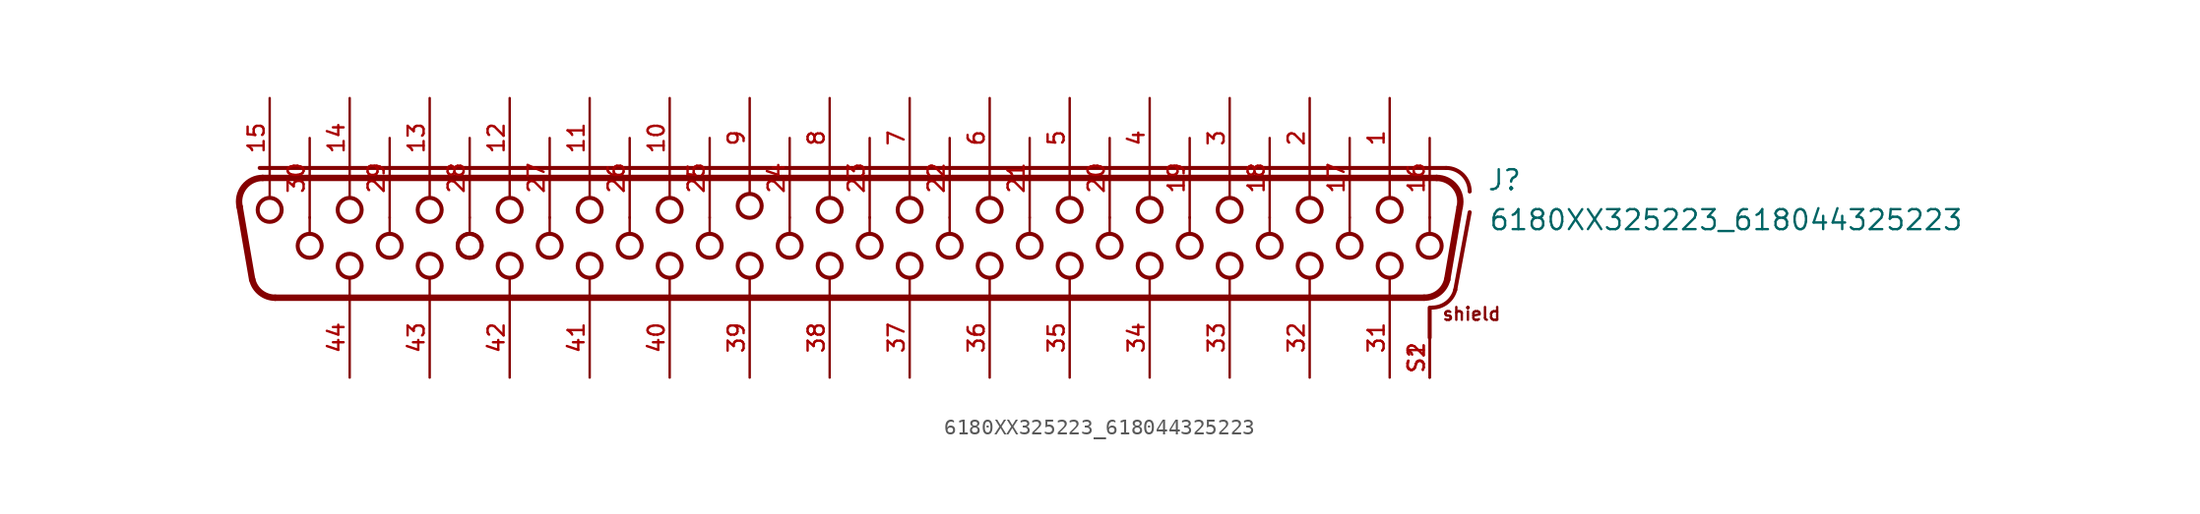
<source format=kicad_sym>
(kicad_symbol_lib
  (version 20211014)
  (generator kicad_symbol_editor)
  (symbol "6180XX325223_618044325223"
    (pin_names
      (offset 1.016))
    (property "Reference" "J"
      (at 41.72 1.66 0)
      (effects (font (size 1.27 1.27)) (justify bottom left)))
    (property "Value" "6180XX325223_618044325223"
      (at 41.82 -0.88 0)
      (effects (font (size 1.27 1.27)) (justify bottom left)))
    (symbol "6180XX325223_618044325223_0_0"
      (polyline (pts (xy -36.004 2.54) (xy 38.544 2.54)) (stroke (width 0.406)))
      (arc (start 40.0042125 0.695165625) (mid 39.7183 1.9738) (end 38.5443875 2.54) (stroke (width 0.4064) (type default) (color 0 0 0 0)) (fill (type none)))
      (polyline (pts (xy 40.004 0.695) (xy 39.213 -3.925)) (stroke (width 0.406)))
      (arc (start 37.75305 -5.08) (mid 38.6808 -4.7586) (end 39.212871875 -3.92484375) (stroke (width 0.4064) (type default) (color 0 0 0 0)) (fill (type none)))
      (polyline (pts (xy 37.753 -5.08) (xy -35.213 -5.08)) (stroke (width 0.406)))
      (arc (start -37.4642125 0.695165625) (mid -37.1783 1.9738) (end -36.0043875 2.54) (stroke (width 0.4064) (type default) (color 0 0 0 0)) (fill (type none)))
      (arc (start -36.672871875 -3.92484375) (mid -36.1468 -4.7539) (end -35.21305 -5.08) (stroke (width 0.4064) (type default) (color 0 0 0 0)) (fill (type none)))
      (polyline (pts (xy -36.673 -3.925) (xy -37.464 0.695)) (stroke (width 0.406)))
      (polyline (pts (xy -36.195 3.175) (xy 39.14 3.175)) (stroke (width 0.254)))
      (arc (start 40.64 1.675) (mid 40.2007 2.7357) (end 39.14 3.175) (stroke (width 0.254) (type default) (color 0 0 0 0)) (fill (type none)))
      (polyline (pts (xy 38.1 -5.715) (xy 38.1 -7.62)) (stroke (width 0.254)))
      (polyline (pts (xy 38.14 -5.71) (xy 38.269 -5.71)) (stroke (width 0.254)))
      (arc (start 39.72405 -4.5738) (mid 39.1923 -5.392) (end 38.268834375 -5.71) (stroke (width 0.254) (type default) (color 0 0 0 0)) (fill (type none)))
      (polyline (pts (xy 39.724 -4.574) (xy 40.64 0.36)) (stroke (width 0.254)))
      (polyline (pts (xy -35.56 2.58) (xy -35.56 1.3)) (stroke (width 0.152)))
      (polyline (pts (xy -2.54 0.04) (xy -2.54 -1.04)) (stroke (width 0.152)))
      (polyline (pts (xy 0.0 2.58) (xy 0.0 1.3)) (stroke (width 0.152)))
      (polyline (pts (xy 5.08 2.58) (xy 5.08 1.3)) (stroke (width 0.152)))
      (polyline (pts (xy 10.16 2.58) (xy 10.16 1.3)) (stroke (width 0.152)))
      (polyline (pts (xy 15.24 2.58) (xy 15.24 1.3)) (stroke (width 0.152)))
      (polyline (pts (xy 20.32 2.58) (xy 20.32 1.3)) (stroke (width 0.152)))
      (polyline (pts (xy 25.4 2.58) (xy 25.4 1.3)) (stroke (width 0.152)))
      (polyline (pts (xy 30.48 2.58) (xy 30.48 1.3)) (stroke (width 0.152)))
      (polyline (pts (xy 35.56 2.58) (xy 35.56 1.3)) (stroke (width 0.152)))
      (polyline (pts (xy 35.56 -5.12) (xy 35.56 -3.84)) (stroke (width 0.152)))
      (polyline (pts (xy 30.48 -5.12) (xy 30.48 -3.84)) (stroke (width 0.152)))
      (polyline (pts (xy 25.4 -5.12) (xy 25.4 -3.84)) (stroke (width 0.152)))
      (polyline (pts (xy 20.32 -5.12) (xy 20.32 -3.84)) (stroke (width 0.152)))
      (polyline (pts (xy 15.24 -5.12) (xy 15.24 -3.84)) (stroke (width 0.152)))
      (polyline (pts (xy 10.16 -5.12) (xy 10.16 -3.84)) (stroke (width 0.152)))
      (polyline (pts (xy 5.08 -5.12) (xy 5.08 -3.84)) (stroke (width 0.152)))
      (polyline (pts (xy 0.0 -5.12) (xy 0.0 -3.84)) (stroke (width 0.152)))
      (polyline (pts (xy 2.54 0.04) (xy 2.54 -1.04)) (stroke (width 0.152)))
      (polyline (pts (xy 7.62 0.04) (xy 7.62 -1.04)) (stroke (width 0.152)))
      (polyline (pts (xy 12.7 0.04) (xy 12.7 -1.04)) (stroke (width 0.152)))
      (polyline (pts (xy 17.78 0.04) (xy 17.78 -1.04)) (stroke (width 0.152)))
      (polyline (pts (xy 22.86 0.04) (xy 22.86 -1.04)) (stroke (width 0.152)))
      (polyline (pts (xy 27.94 0.04) (xy 27.94 -1.04)) (stroke (width 0.152)))
      (polyline (pts (xy 33.02 0.04) (xy 33.02 -1.04)) (stroke (width 0.152)))
      (polyline (pts (xy 38.1 0.04) (xy 38.1 -1.04)) (stroke (width 0.152)))
      (polyline (pts (xy -20.32 2.58) (xy -20.32 1.3)) (stroke (width 0.152)))
      (polyline (pts (xy -15.24 2.58) (xy -15.24 1.3)) (stroke (width 0.152)))
      (polyline (pts (xy -10.16 2.58) (xy -10.16 1.3)) (stroke (width 0.152)))
      (polyline (pts (xy -10.16 -5.12) (xy -10.16 -3.84)) (stroke (width 0.152)))
      (polyline (pts (xy -15.24 -5.12) (xy -15.24 -3.84)) (stroke (width 0.152)))
      (polyline (pts (xy -20.32 -5.12) (xy -20.32 -3.84)) (stroke (width 0.152)))
      (polyline (pts (xy -17.78 0.04) (xy -17.78 -1.04)) (stroke (width 0.152)))
      (polyline (pts (xy -12.7 0.04) (xy -12.7 -1.04)) (stroke (width 0.152)))
      (polyline (pts (xy -7.62 0.04) (xy -7.62 -1.04)) (stroke (width 0.152)))
      (polyline (pts (xy -5.08 2.58) (xy -5.08 1.5)) (stroke (width 0.152)))
      (polyline (pts (xy -33.02 0.04) (xy -33.02 -1.04)) (stroke (width 0.152)))
      (polyline (pts (xy -30.48 2.58) (xy -30.48 1.3)) (stroke (width 0.152)))
      (polyline (pts (xy -25.4 2.58) (xy -25.4 1.3)) (stroke (width 0.152)))
      (polyline (pts (xy -25.4 -5.12) (xy -25.4 -3.84)) (stroke (width 0.152)))
      (polyline (pts (xy -30.48 -5.12) (xy -30.48 -3.84)) (stroke (width 0.152)))
      (polyline (pts (xy -27.94 0.04) (xy -27.94 -1.04)) (stroke (width 0.152)))
      (polyline (pts (xy -22.86 0.04) (xy -22.86 -1.04)) (stroke (width 0.152)))
      (polyline (pts (xy -5.08 -5.12) (xy -5.08 -3.84)) (stroke (width 0.152)))
      (text "shield" (at 38.84 -6.59 0) (effects (font (size 0.813 0.813)) (justify bottom left)))
      (circle (center 35.56 0.508) (radius 0.762) (stroke (width 0.254)) (fill (type none)))
      (circle (center 30.48 0.508) (radius 0.762) (stroke (width 0.254)) (fill (type none)))
      (circle (center 25.4 0.508) (radius 0.762) (stroke (width 0.254)) (fill (type none)))
      (circle (center 0.0 0.508) (radius 0.762) (stroke (width 0.254)) (fill (type none)))
      (circle (center 38.1 -1.778) (radius 0.762) (stroke (width 0.254)) (fill (type none)))
      (circle (center 33.02 -1.778) (radius 0.762) (stroke (width 0.254)) (fill (type none)))
      (circle (center 27.94 -1.778) (radius 0.762) (stroke (width 0.254)) (fill (type none)))
      (circle (center 22.86 -1.778) (radius 0.762) (stroke (width 0.254)) (fill (type none)))
      (circle (center 5.08 0.508) (radius 0.762) (stroke (width 0.254)) (fill (type none)))
      (circle (center 10.16 0.508) (radius 0.762) (stroke (width 0.254)) (fill (type none)))
      (circle (center 15.24 0.508) (radius 0.762) (stroke (width 0.254)) (fill (type none)))
      (circle (center 20.32 0.508) (radius 0.762) (stroke (width 0.254)) (fill (type none)))
      (circle (center 17.78 -1.778) (radius 0.762) (stroke (width 0.254)) (fill (type none)))
      (circle (center 12.7 -1.778) (radius 0.762) (stroke (width 0.254)) (fill (type none)))
      (circle (center 7.62 -1.778) (radius 0.762) (stroke (width 0.254)) (fill (type none)))
      (circle (center 2.54 -1.778) (radius 0.762) (stroke (width 0.254)) (fill (type none)))
      (circle (center -2.54 -1.778) (radius 0.762) (stroke (width 0.254)) (fill (type none)))
      (circle (center 0.0 -3.048) (radius 0.762) (stroke (width 0.254)) (fill (type none)))
      (circle (center 5.08 -3.048) (radius 0.762) (stroke (width 0.254)) (fill (type none)))
      (circle (center 10.16 -3.048) (radius 0.762) (stroke (width 0.254)) (fill (type none)))
      (circle (center 15.24 -3.048) (radius 0.762) (stroke (width 0.254)) (fill (type none)))
      (circle (center 35.56 -3.048) (radius 0.762) (stroke (width 0.254)) (fill (type none)))
      (circle (center 30.48 -3.048) (radius 0.762) (stroke (width 0.254)) (fill (type none)))
      (circle (center 20.32 -3.048) (radius 0.762) (stroke (width 0.254)) (fill (type none)))
      (circle (center -35.56 0.508) (radius 0.762) (stroke (width 0.254)) (fill (type none)))
      (circle (center 25.4 -3.048) (radius 0.762) (stroke (width 0.254)) (fill (type none)))
      (circle (center -20.32 0.508) (radius 0.762) (stroke (width 0.254)) (fill (type none)))
      (circle (center -15.24 0.508) (radius 0.762) (stroke (width 0.254)) (fill (type none)))
      (circle (center -10.16 0.508) (radius 0.762) (stroke (width 0.254)) (fill (type none)))
      (circle (center -7.62 -1.778) (radius 0.762) (stroke (width 0.254)) (fill (type none)))
      (circle (center -12.7 -1.778) (radius 0.762) (stroke (width 0.254)) (fill (type none)))
      (circle (center -17.78 -1.778) (radius 0.762) (stroke (width 0.254)) (fill (type none)))
      (circle (center -22.86 -1.778) (radius 0.762) (stroke (width 0.254)) (fill (type none)))
      (circle (center -20.32 -3.048) (radius 0.762) (stroke (width 0.254)) (fill (type none)))
      (circle (center -15.24 -3.048) (radius 0.762) (stroke (width 0.254)) (fill (type none)))
      (circle (center -10.16 -3.048) (radius 0.762) (stroke (width 0.254)) (fill (type none)))
      (circle (center -5.08 0.762) (radius 0.762) (stroke (width 0.254)) (fill (type none)))
      (circle (center -30.48 0.508) (radius 0.762) (stroke (width 0.254)) (fill (type none)))
      (circle (center -25.4 0.508) (radius 0.762) (stroke (width 0.254)) (fill (type none)))
      (circle (center -22.86 -1.778) (radius 0.762) (stroke (width 0.254)) (fill (type none)))
      (circle (center -27.94 -1.778) (radius 0.762) (stroke (width 0.254)) (fill (type none)))
      (circle (center -33.02 -1.778) (radius 0.762) (stroke (width 0.254)) (fill (type none)))
      (circle (center -30.48 -3.048) (radius 0.762) (stroke (width 0.254)) (fill (type none)))
      (circle (center -25.4 -3.048) (radius 0.762) (stroke (width 0.254)) (fill (type none)))
      (circle (center -5.08 -3.048) (radius 0.762) (stroke (width 0.254)) (fill (type none)))
      (pin bidirectional line (at 35.56 7.62 270.0) (length 5.08) (name "~" (effects (font (size 1.016 1.016)))) (number "1" (effects (font (size 1.016 1.016)))))
      (pin bidirectional line (at 30.48 7.62 270.0) (length 5.08) (name "~" (effects (font (size 1.016 1.016)))) (number "2" (effects (font (size 1.016 1.016)))))
      (pin bidirectional line (at 25.4 7.62 270.0) (length 5.08) (name "~" (effects (font (size 1.016 1.016)))) (number "3" (effects (font (size 1.016 1.016)))))
      (pin bidirectional line (at 20.32 7.62 270.0) (length 5.08) (name "~" (effects (font (size 1.016 1.016)))) (number "4" (effects (font (size 1.016 1.016)))))
      (pin bidirectional line (at 15.24 7.62 270.0) (length 5.08) (name "~" (effects (font (size 1.016 1.016)))) (number "5" (effects (font (size 1.016 1.016)))))
      (pin bidirectional line (at 10.16 7.62 270.0) (length 5.08) (name "~" (effects (font (size 1.016 1.016)))) (number "6" (effects (font (size 1.016 1.016)))))
      (pin bidirectional line (at 5.08 7.62 270.0) (length 5.08) (name "~" (effects (font (size 1.016 1.016)))) (number "7" (effects (font (size 1.016 1.016)))))
      (pin bidirectional line (at 0.0 7.62 270.0) (length 5.08) (name "~" (effects (font (size 1.016 1.016)))) (number "8" (effects (font (size 1.016 1.016)))))
      (pin bidirectional line (at -5.08 7.62 270.0) (length 5.08) (name "~" (effects (font (size 1.016 1.016)))) (number "9" (effects (font (size 1.016 1.016)))))
      (pin bidirectional line (at -10.16 7.62 270.0) (length 5.08) (name "~" (effects (font (size 1.016 1.016)))) (number "10" (effects (font (size 1.016 1.016)))))
      (pin bidirectional line (at -15.24 7.62 270.0) (length 5.08) (name "~" (effects (font (size 1.016 1.016)))) (number "11" (effects (font (size 1.016 1.016)))))
      (pin bidirectional line (at -20.32 7.62 270.0) (length 5.08) (name "~" (effects (font (size 1.016 1.016)))) (number "12" (effects (font (size 1.016 1.016)))))
      (pin bidirectional line (at -25.4 7.62 270.0) (length 5.08) (name "~" (effects (font (size 1.016 1.016)))) (number "13" (effects (font (size 1.016 1.016)))))
      (pin bidirectional line (at -30.48 7.62 270.0) (length 5.08) (name "~" (effects (font (size 1.016 1.016)))) (number "14" (effects (font (size 1.016 1.016)))))
      (pin bidirectional line (at -35.56 7.62 270.0) (length 5.08) (name "~" (effects (font (size 1.016 1.016)))) (number "15" (effects (font (size 1.016 1.016)))))
      (pin bidirectional line (at 38.1 5.08 270.0) (length 5.08) (name "~" (effects (font (size 1.016 1.016)))) (number "16" (effects (font (size 1.016 1.016)))))
      (pin bidirectional line (at 33.02 5.08 270.0) (length 5.08) (name "~" (effects (font (size 1.016 1.016)))) (number "17" (effects (font (size 1.016 1.016)))))
      (pin bidirectional line (at 27.94 5.08 270.0) (length 5.08) (name "~" (effects (font (size 1.016 1.016)))) (number "18" (effects (font (size 1.016 1.016)))))
      (pin bidirectional line (at 22.86 5.08 270.0) (length 5.08) (name "~" (effects (font (size 1.016 1.016)))) (number "19" (effects (font (size 1.016 1.016)))))
      (pin bidirectional line (at 17.78 5.08 270.0) (length 5.08) (name "~" (effects (font (size 1.016 1.016)))) (number "20" (effects (font (size 1.016 1.016)))))
      (pin bidirectional line (at 12.7 5.08 270.0) (length 5.08) (name "~" (effects (font (size 1.016 1.016)))) (number "21" (effects (font (size 1.016 1.016)))))
      (pin bidirectional line (at 7.62 5.08 270.0) (length 5.08) (name "~" (effects (font (size 1.016 1.016)))) (number "22" (effects (font (size 1.016 1.016)))))
      (pin bidirectional line (at 2.54 5.08 270.0) (length 5.08) (name "~" (effects (font (size 1.016 1.016)))) (number "23" (effects (font (size 1.016 1.016)))))
      (pin bidirectional line (at -2.54 5.08 270.0) (length 5.08) (name "~" (effects (font (size 1.016 1.016)))) (number "24" (effects (font (size 1.016 1.016)))))
      (pin bidirectional line (at -7.62 5.08 270.0) (length 5.08) (name "~" (effects (font (size 1.016 1.016)))) (number "25" (effects (font (size 1.016 1.016)))))
      (pin bidirectional line (at -12.7 5.08 270.0) (length 5.08) (name "~" (effects (font (size 1.016 1.016)))) (number "26" (effects (font (size 1.016 1.016)))))
      (pin bidirectional line (at -17.78 5.08 270.0) (length 5.08) (name "~" (effects (font (size 1.016 1.016)))) (number "27" (effects (font (size 1.016 1.016)))))
      (pin bidirectional line (at -22.86 5.08 270.0) (length 5.08) (name "~" (effects (font (size 1.016 1.016)))) (number "28" (effects (font (size 1.016 1.016)))))
      (pin bidirectional line (at -27.94 5.08 270.0) (length 5.08) (name "~" (effects (font (size 1.016 1.016)))) (number "29" (effects (font (size 1.016 1.016)))))
      (pin bidirectional line (at -33.02 5.08 270.0) (length 5.08) (name "~" (effects (font (size 1.016 1.016)))) (number "30" (effects (font (size 1.016 1.016)))))
      (pin bidirectional line (at 35.56 -10.16 90.0) (length 5.08) (name "~" (effects (font (size 1.016 1.016)))) (number "31" (effects (font (size 1.016 1.016)))))
      (pin bidirectional line (at 30.48 -10.16 90.0) (length 5.08) (name "~" (effects (font (size 1.016 1.016)))) (number "32" (effects (font (size 1.016 1.016)))))
      (pin bidirectional line (at 25.4 -10.16 90.0) (length 5.08) (name "~" (effects (font (size 1.016 1.016)))) (number "33" (effects (font (size 1.016 1.016)))))
      (pin bidirectional line (at 20.32 -10.16 90.0) (length 5.08) (name "~" (effects (font (size 1.016 1.016)))) (number "34" (effects (font (size 1.016 1.016)))))
      (pin bidirectional line (at 15.24 -10.16 90.0) (length 5.08) (name "~" (effects (font (size 1.016 1.016)))) (number "35" (effects (font (size 1.016 1.016)))))
      (pin bidirectional line (at 10.16 -10.16 90.0) (length 5.08) (name "~" (effects (font (size 1.016 1.016)))) (number "36" (effects (font (size 1.016 1.016)))))
      (pin bidirectional line (at 5.08 -10.16 90.0) (length 5.08) (name "~" (effects (font (size 1.016 1.016)))) (number "37" (effects (font (size 1.016 1.016)))))
      (pin bidirectional line (at 0.0 -10.16 90.0) (length 5.08) (name "~" (effects (font (size 1.016 1.016)))) (number "38" (effects (font (size 1.016 1.016)))))
      (pin bidirectional line (at -5.08 -10.16 90.0) (length 5.08) (name "~" (effects (font (size 1.016 1.016)))) (number "39" (effects (font (size 1.016 1.016)))))
      (pin bidirectional line (at -10.16 -10.16 90.0) (length 5.08) (name "~" (effects (font (size 1.016 1.016)))) (number "40" (effects (font (size 1.016 1.016)))))
      (pin bidirectional line (at -15.24 -10.16 90.0) (length 5.08) (name "~" (effects (font (size 1.016 1.016)))) (number "41" (effects (font (size 1.016 1.016)))))
      (pin bidirectional line (at -20.32 -10.16 90.0) (length 5.08) (name "~" (effects (font (size 1.016 1.016)))) (number "42" (effects (font (size 1.016 1.016)))))
      (pin bidirectional line (at -25.4 -10.16 90.0) (length 5.08) (name "~" (effects (font (size 1.016 1.016)))) (number "43" (effects (font (size 1.016 1.016)))))
      (pin bidirectional line (at -30.48 -10.16 90.0) (length 5.08) (name "~" (effects (font (size 1.016 1.016)))) (number "44" (effects (font (size 1.016 1.016)))))
      (pin bidirectional line (at 38.1 -10.16 90.0) (length 2.54) (name "~" (effects (font (size 1.016 1.016)))) (number "S1" (effects (font (size 1.016 1.016)))))
      (pin bidirectional line (at 38.1 -10.16 90.0) (length 2.54) (name "~" (effects (font (size 1.016 1.016)))) (number "S2" (effects (font (size 1.016 1.016))))))))
</source>
